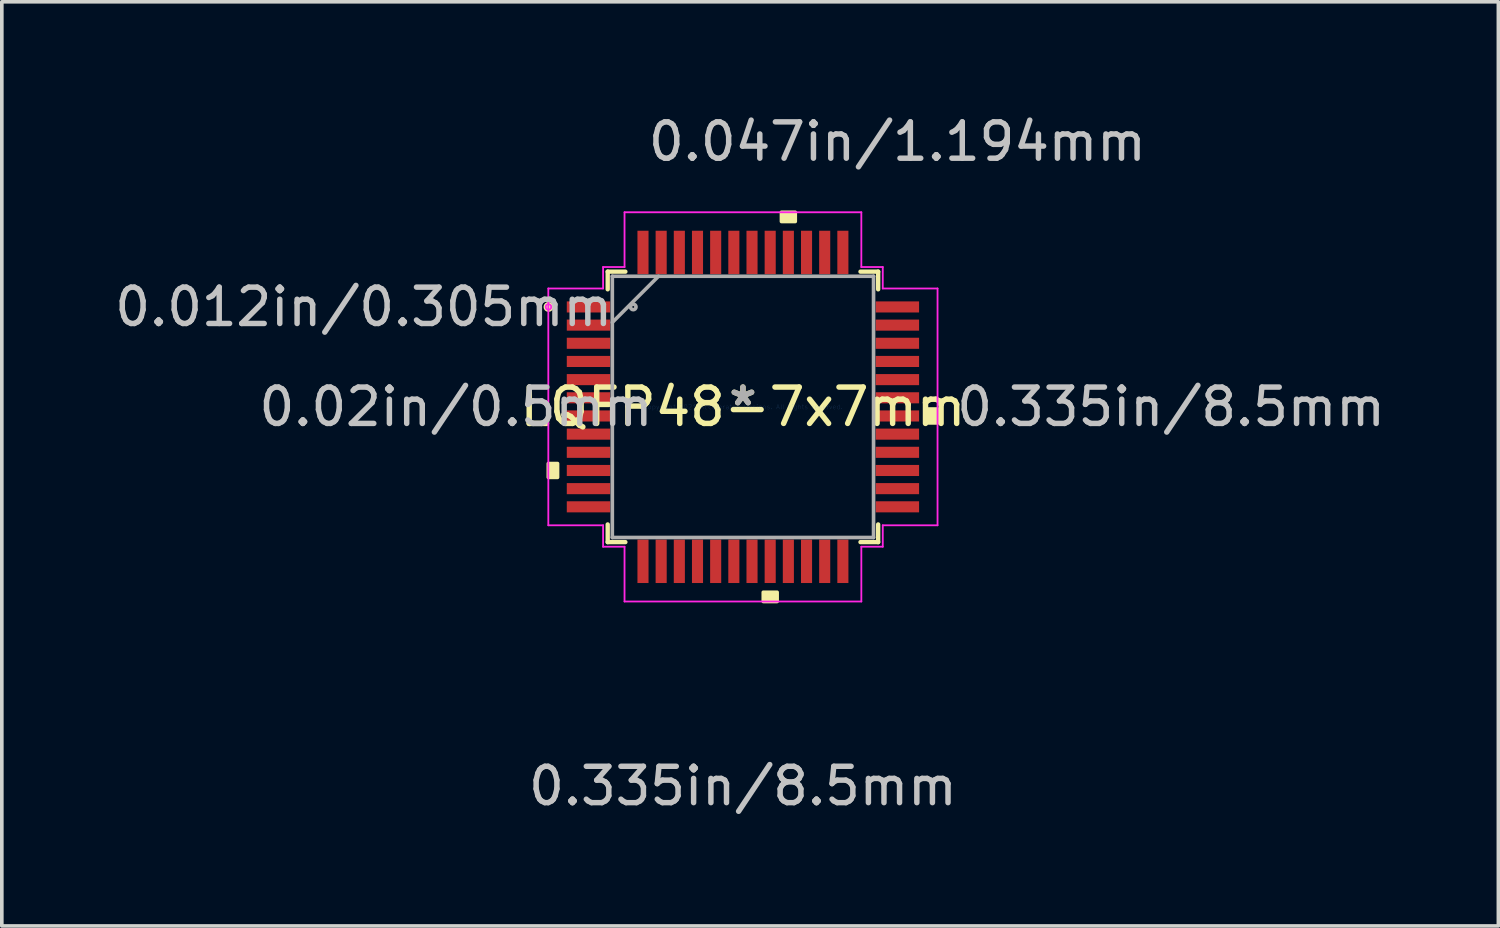
<source format=kicad_pcb>
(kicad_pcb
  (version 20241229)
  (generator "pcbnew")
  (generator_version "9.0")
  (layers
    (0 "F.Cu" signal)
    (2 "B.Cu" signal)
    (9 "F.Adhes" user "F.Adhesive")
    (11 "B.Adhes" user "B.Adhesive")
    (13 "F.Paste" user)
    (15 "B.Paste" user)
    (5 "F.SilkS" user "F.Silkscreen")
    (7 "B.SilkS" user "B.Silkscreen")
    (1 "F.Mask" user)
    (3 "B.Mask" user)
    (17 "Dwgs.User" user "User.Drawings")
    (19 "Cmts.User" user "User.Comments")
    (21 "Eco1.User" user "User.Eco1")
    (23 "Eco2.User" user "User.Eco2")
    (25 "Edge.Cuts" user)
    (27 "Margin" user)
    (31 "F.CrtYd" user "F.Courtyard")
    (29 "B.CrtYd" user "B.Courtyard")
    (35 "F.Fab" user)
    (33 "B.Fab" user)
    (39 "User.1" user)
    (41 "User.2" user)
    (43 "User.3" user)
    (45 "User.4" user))
  (footprint "LQFP48-7x7mm"
    (layer "F.Cu")
    (at 17.393 8.146)
    (property "Reference" "LQFP48-7x7mm" (at 0 0 0) (layer "F.SilkS") (effects (font (size 1 1) (thickness 0.15))))
    (attr through_hole)
    (fp_line (start -3.721 -3.721) (end -3.721 -3.235) (stroke (width 0.12) (type solid)) (layer "F.SilkS"))
    (fp_line (start -3.721 3.235) (end -3.721 3.721) (stroke (width 0.12) (type solid)) (layer "F.SilkS"))
    (fp_line (start -3.721 3.721) (end -3.235 3.721) (stroke (width 0.12) (type solid)) (layer "F.SilkS"))
    (fp_line (start -3.235 -3.721) (end -3.721 -3.721) (stroke (width 0.12) (type solid)) (layer "F.SilkS"))
    (fp_line (start 3.235 3.721) (end 3.721 3.721) (stroke (width 0.12) (type solid)) (layer "F.SilkS"))
    (fp_line (start 3.721 -3.721) (end 3.235 -3.721) (stroke (width 0.12) (type solid)) (layer "F.SilkS"))
    (fp_line (start 3.721 -3.235) (end 3.721 -3.721) (stroke (width 0.12) (type solid)) (layer "F.SilkS"))
    (fp_line (start 3.721 3.721) (end 3.721 3.235) (stroke (width 0.12) (type solid)) (layer "F.SilkS"))
    (fp_circle (center -5.351 -2.75) (end -5.275 -2.75) (stroke (width 0.12) (type solid)) (fill no) (layer "F.SilkS"))
    (fp_poly (pts (xy -5.355 1.559) (xy -5.355 1.94) (xy -5.101 1.94) (xy -5.101 1.559)) (stroke (width 0.1) (type solid)) (fill yes) (layer "F.SilkS"))
    (fp_poly (pts (xy 0.56 5.101) (xy 0.56 5.355) (xy 0.941 5.355) (xy 0.941 5.101)) (stroke (width 0.1) (type solid)) (fill yes) (layer "F.SilkS"))
    (fp_poly (pts (xy 1.06 -5.101) (xy 1.06 -5.355) (xy 1.44 -5.355) (xy 1.44 -5.101)) (stroke (width 0.1) (type solid)) (fill yes) (layer "F.SilkS"))
    (fp_poly (pts (xy 5.355 0.059) (xy 5.355 0.441) (xy 5.101 0.441) (xy 5.101 0.059)) (stroke (width 0.1) (type solid)) (fill yes) (layer "F.SilkS"))
    (fp_line (start -5.355 -3.258) (end -3.848 -3.258) (stroke (width 0.05) (type solid)) (layer "F.CrtYd"))
    (fp_line (start -5.355 3.258) (end -5.355 -3.258) (stroke (width 0.05) (type solid)) (layer "F.CrtYd"))
    (fp_line (start -3.848 -3.848) (end -3.258 -3.848) (stroke (width 0.05) (type solid)) (layer "F.CrtYd"))
    (fp_line (start -3.848 -3.258) (end -3.848 -3.848) (stroke (width 0.05) (type solid)) (layer "F.CrtYd"))
    (fp_line (start -3.848 3.258) (end -5.355 3.258) (stroke (width 0.05) (type solid)) (layer "F.CrtYd"))
    (fp_line (start -3.848 3.848) (end -3.848 3.258) (stroke (width 0.05) (type solid)) (layer "F.CrtYd"))
    (fp_line (start -3.258 -5.355) (end 3.258 -5.355) (stroke (width 0.05) (type solid)) (layer "F.CrtYd"))
    (fp_line (start -3.258 -3.848) (end -3.258 -5.355) (stroke (width 0.05) (type solid)) (layer "F.CrtYd"))
    (fp_line (start -3.258 3.848) (end -3.848 3.848) (stroke (width 0.05) (type solid)) (layer "F.CrtYd"))
    (fp_line (start -3.258 5.355) (end -3.258 3.848) (stroke (width 0.05) (type solid)) (layer "F.CrtYd"))
    (fp_line (start 3.258 -5.355) (end 3.258 -3.848) (stroke (width 0.05) (type solid)) (layer "F.CrtYd"))
    (fp_line (start 3.258 -3.848) (end 3.848 -3.848) (stroke (width 0.05) (type solid)) (layer "F.CrtYd"))
    (fp_line (start 3.258 3.848) (end 3.258 5.355) (stroke (width 0.05) (type solid)) (layer "F.CrtYd"))
    (fp_line (start 3.258 5.355) (end -3.258 5.355) (stroke (width 0.05) (type solid)) (layer "F.CrtYd"))
    (fp_line (start 3.848 -3.848) (end 3.848 -3.258) (stroke (width 0.05) (type solid)) (layer "F.CrtYd"))
    (fp_line (start 3.848 -3.258) (end 5.355 -3.258) (stroke (width 0.05) (type solid)) (layer "F.CrtYd"))
    (fp_line (start 3.848 3.258) (end 3.848 3.848) (stroke (width 0.05) (type solid)) (layer "F.CrtYd"))
    (fp_line (start 3.848 3.848) (end 3.258 3.848) (stroke (width 0.05) (type solid)) (layer "F.CrtYd"))
    (fp_line (start 5.355 -3.258) (end 5.355 3.258) (stroke (width 0.05) (type solid)) (layer "F.CrtYd"))
    (fp_line (start 5.355 3.258) (end 3.848 3.258) (stroke (width 0.05) (type solid)) (layer "F.CrtYd"))
    (fp_circle (center -5.351 -2.75) (end -5.275 -2.75) (stroke (width 0.05) (type solid)) (fill no) (layer "F.CrtYd"))
    (fp_line (start -3.594 -3.594) (end -3.594 3.594) (stroke (width 0.1) (type solid)) (layer "F.Fab"))
    (fp_line (start -3.594 -2.324) (end -2.324 -3.594) (stroke (width 0.1) (type solid)) (layer "F.Fab"))
    (fp_line (start -3.594 3.594) (end 3.594 3.594) (stroke (width 0.1) (type solid)) (layer "F.Fab"))
    (fp_line (start 3.594 -3.594) (end -3.594 -3.594) (stroke (width 0.1) (type solid)) (layer "F.Fab"))
    (fp_line (start 3.594 3.594) (end 3.594 -3.594) (stroke (width 0.1) (type solid)) (layer "F.Fab"))
    (fp_circle (center -3.018 -2.75) (end -2.942 -2.75) (stroke (width 0.1) (type solid)) (fill no) (layer "F.Fab"))
    (fp_text user "*" (at 0 0 0) (layer "F.SilkS") (effects (font (size 1 1) (thickness 0.15))))
    (fp_text user "0.047in/1.194mm" (at 4.25 -7.298 0) (layer "Dwgs.User") (effects (font (size 1 1) (thickness 0.15))))
    (fp_text user "0.335in/8.5mm" (at 0 10.435 0) (layer "Dwgs.User") (effects (font (size 1 1) (thickness 0.15))))
    (fp_text user "0.335in/8.5mm" (at 11.781 0 0) (layer "Dwgs.User") (effects (font (size 1 1) (thickness 0.15))))
    (fp_text user "0.02in/0.5mm" (at -7.895 0 0) (layer "Dwgs.User") (effects (font (size 1 1) (thickness 0.15))))
    (fp_text user "0.012in/0.305mm" (at -10.435 -2.75 0) (layer "Dwgs.User") (effects (font (size 1 1) (thickness 0.15))))
    (fp_text user "Copyright 2021 Accelerated Designs. All rights reserved." (at 0 0 0) (layer "Cmts.User") (effects (font (size 0.127 0.127) (thickness 0.002))))
    (fp_text user "*" (at 0 0 0) (layer "F.Fab") (effects (font (size 1 1) (thickness 0.15))))
    (pad "1" smd rect (at -4.25 -2.75) (size 1.194 0.305) (layers "F.Cu" "F.Mask" "F.Paste"))
    (pad "2" smd rect (at -4.25 -2.25) (size 1.194 0.305) (layers "F.Cu" "F.Mask" "F.Paste"))
    (pad "3" smd rect (at -4.25 -1.75) (size 1.194 0.305) (layers "F.Cu" "F.Mask" "F.Paste"))
    (pad "4" smd rect (at -4.25 -1.25) (size 1.194 0.305) (layers "F.Cu" "F.Mask" "F.Paste"))
    (pad "5" smd rect (at -4.25 -0.75) (size 1.194 0.305) (layers "F.Cu" "F.Mask" "F.Paste"))
    (pad "6" smd rect (at -4.25 -0.25) (size 1.194 0.305) (layers "F.Cu" "F.Mask" "F.Paste"))
    (pad "7" smd rect (at -4.25 0.25) (size 1.194 0.305) (layers "F.Cu" "F.Mask" "F.Paste"))
    (pad "8" smd rect (at -4.25 0.75) (size 1.194 0.305) (layers "F.Cu" "F.Mask" "F.Paste"))
    (pad "9" smd rect (at -4.25 1.25) (size 1.194 0.305) (layers "F.Cu" "F.Mask" "F.Paste"))
    (pad "10" smd rect (at -4.25 1.75) (size 1.194 0.305) (layers "F.Cu" "F.Mask" "F.Paste"))
    (pad "11" smd rect (at -4.25 2.25) (size 1.194 0.305) (layers "F.Cu" "F.Mask" "F.Paste"))
    (pad "12" smd rect (at -4.25 2.75) (size 1.194 0.305) (layers "F.Cu" "F.Mask" "F.Paste"))
    (pad "13" smd rect (at -2.75 4.25 90) (size 1.194 0.305) (layers "F.Cu" "F.Mask" "F.Paste"))
    (pad "14" smd rect (at -2.25 4.25 90) (size 1.194 0.305) (layers "F.Cu" "F.Mask" "F.Paste"))
    (pad "15" smd rect (at -1.75 4.25 90) (size 1.194 0.305) (layers "F.Cu" "F.Mask" "F.Paste"))
    (pad "16" smd rect (at -1.25 4.25 90) (size 1.194 0.305) (layers "F.Cu" "F.Mask" "F.Paste"))
    (pad "17" smd rect (at -0.75 4.25 90) (size 1.194 0.305) (layers "F.Cu" "F.Mask" "F.Paste"))
    (pad "18" smd rect (at -0.25 4.25 90) (size 1.194 0.305) (layers "F.Cu" "F.Mask" "F.Paste"))
    (pad "19" smd rect (at 0.25 4.25 90) (size 1.194 0.305) (layers "F.Cu" "F.Mask" "F.Paste"))
    (pad "20" smd rect (at 0.75 4.25 90) (size 1.194 0.305) (layers "F.Cu" "F.Mask" "F.Paste"))
    (pad "21" smd rect (at 1.25 4.25 90) (size 1.194 0.305) (layers "F.Cu" "F.Mask" "F.Paste"))
    (pad "22" smd rect (at 1.75 4.25 90) (size 1.194 0.305) (layers "F.Cu" "F.Mask" "F.Paste"))
    (pad "23" smd rect (at 2.25 4.25 90) (size 1.194 0.305) (layers "F.Cu" "F.Mask" "F.Paste"))
    (pad "24" smd rect (at 2.75 4.25 90) (size 1.194 0.305) (layers "F.Cu" "F.Mask" "F.Paste"))
    (pad "25" smd rect (at 4.25 2.75) (size 1.194 0.305) (layers "F.Cu" "F.Mask" "F.Paste"))
    (pad "26" smd rect (at 4.25 2.25) (size 1.194 0.305) (layers "F.Cu" "F.Mask" "F.Paste"))
    (pad "27" smd rect (at 4.25 1.75) (size 1.194 0.305) (layers "F.Cu" "F.Mask" "F.Paste"))
    (pad "28" smd rect (at 4.25 1.25) (size 1.194 0.305) (layers "F.Cu" "F.Mask" "F.Paste"))
    (pad "29" smd rect (at 4.25 0.75) (size 1.194 0.305) (layers "F.Cu" "F.Mask" "F.Paste"))
    (pad "30" smd rect (at 4.25 0.25) (size 1.194 0.305) (layers "F.Cu" "F.Mask" "F.Paste"))
    (pad "31" smd rect (at 4.25 -0.25) (size 1.194 0.305) (layers "F.Cu" "F.Mask" "F.Paste"))
    (pad "32" smd rect (at 4.25 -0.75) (size 1.194 0.305) (layers "F.Cu" "F.Mask" "F.Paste"))
    (pad "33" smd rect (at 4.25 -1.25) (size 1.194 0.305) (layers "F.Cu" "F.Mask" "F.Paste"))
    (pad "34" smd rect (at 4.25 -1.75) (size 1.194 0.305) (layers "F.Cu" "F.Mask" "F.Paste"))
    (pad "35" smd rect (at 4.25 -2.25) (size 1.194 0.305) (layers "F.Cu" "F.Mask" "F.Paste"))
    (pad "36" smd rect (at 4.25 -2.75) (size 1.194 0.305) (layers "F.Cu" "F.Mask" "F.Paste"))
    (pad "37" smd rect (at 2.75 -4.25 90) (size 1.194 0.305) (layers "F.Cu" "F.Mask" "F.Paste"))
    (pad "38" smd rect (at 2.25 -4.25 90) (size 1.194 0.305) (layers "F.Cu" "F.Mask" "F.Paste"))
    (pad "39" smd rect (at 1.75 -4.25 90) (size 1.194 0.305) (layers "F.Cu" "F.Mask" "F.Paste"))
    (pad "40" smd rect (at 1.25 -4.25 90) (size 1.194 0.305) (layers "F.Cu" "F.Mask" "F.Paste"))
    (pad "41" smd rect (at 0.75 -4.25 90) (size 1.194 0.305) (layers "F.Cu" "F.Mask" "F.Paste"))
    (pad "42" smd rect (at 0.25 -4.25 90) (size 1.194 0.305) (layers "F.Cu" "F.Mask" "F.Paste"))
    (pad "43" smd rect (at -0.25 -4.25 90) (size 1.194 0.305) (layers "F.Cu" "F.Mask" "F.Paste"))
    (pad "44" smd rect (at -0.75 -4.25 90) (size 1.194 0.305) (layers "F.Cu" "F.Mask" "F.Paste"))
    (pad "45" smd rect (at -1.25 -4.25 90) (size 1.194 0.305) (layers "F.Cu" "F.Mask" "F.Paste"))
    (pad "46" smd rect (at -1.75 -4.25 90) (size 1.194 0.305) (layers "F.Cu" "F.Mask" "F.Paste"))
    (pad "47" smd rect (at -2.25 -4.25 90) (size 1.194 0.305) (layers "F.Cu" "F.Mask" "F.Paste"))
    (pad "48" smd rect (at -2.75 -4.25 90) (size 1.194 0.305) (layers "F.Cu" "F.Mask" "F.Paste")))
  (gr_rect
    (start -3 -3)
    (end 38.18 22.429)
    (stroke (width 0.1) (type default))
    (fill no)
    (layer "Edge.Cuts")))
</source>
